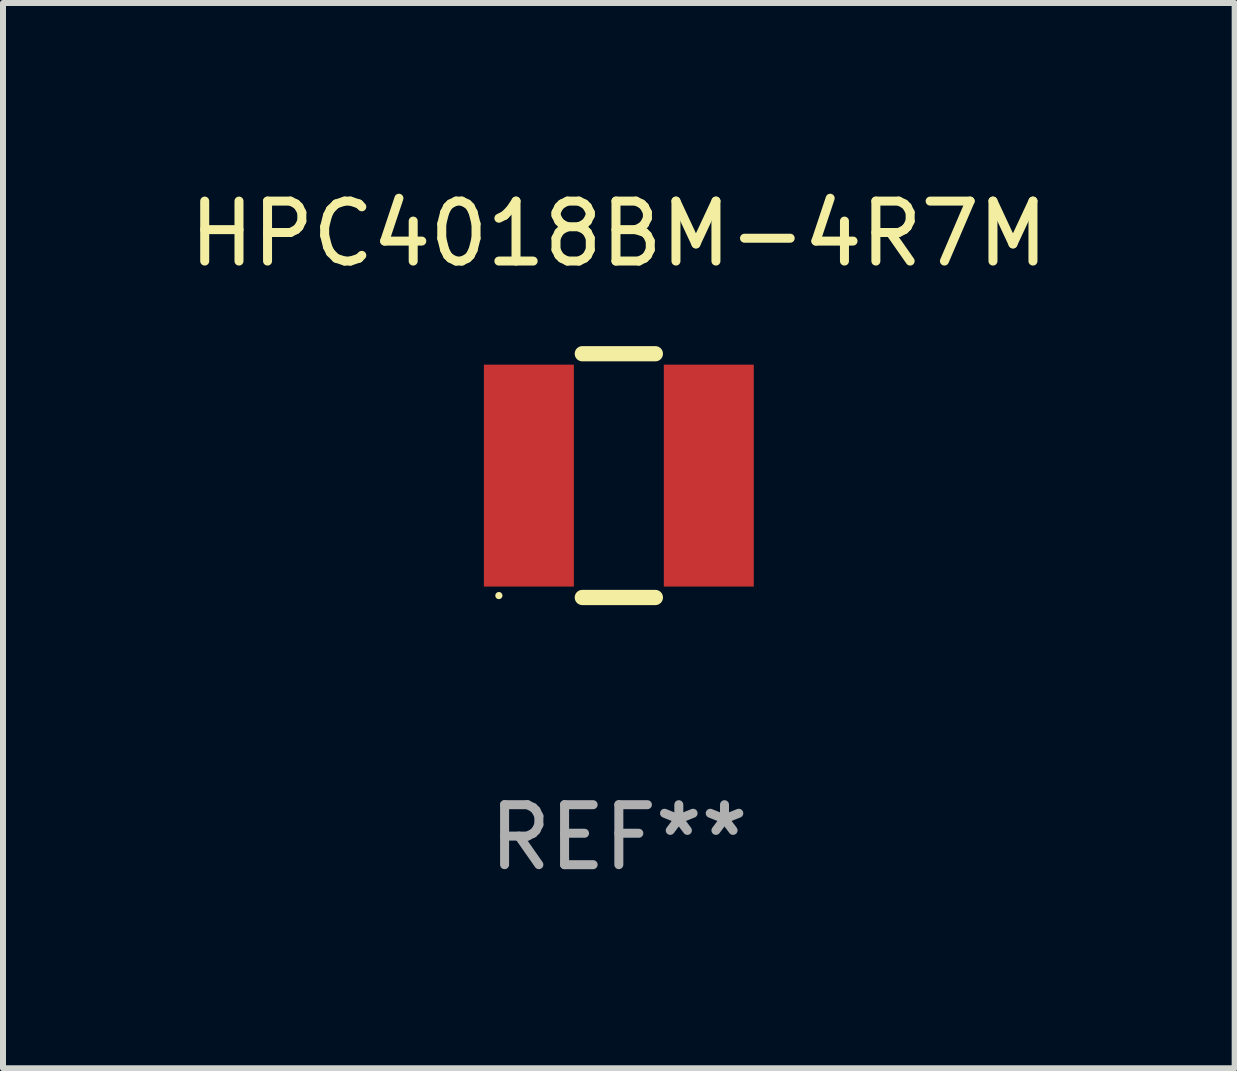
<source format=kicad_pcb>
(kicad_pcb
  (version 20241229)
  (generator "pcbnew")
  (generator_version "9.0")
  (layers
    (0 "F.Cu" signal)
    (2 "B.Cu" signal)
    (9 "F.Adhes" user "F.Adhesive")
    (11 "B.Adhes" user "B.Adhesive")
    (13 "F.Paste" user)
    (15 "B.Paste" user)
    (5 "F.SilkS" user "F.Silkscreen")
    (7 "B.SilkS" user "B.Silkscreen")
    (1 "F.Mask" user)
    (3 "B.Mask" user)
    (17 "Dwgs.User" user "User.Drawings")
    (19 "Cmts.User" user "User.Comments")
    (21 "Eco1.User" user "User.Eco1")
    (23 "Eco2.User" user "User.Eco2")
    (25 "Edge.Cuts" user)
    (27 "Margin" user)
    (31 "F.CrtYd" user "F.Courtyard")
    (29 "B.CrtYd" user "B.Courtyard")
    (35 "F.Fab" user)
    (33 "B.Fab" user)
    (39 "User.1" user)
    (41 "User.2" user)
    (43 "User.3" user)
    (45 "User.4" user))
  (footprint "HPC4018BM-4R7M"
    (layer "F.Cu")
    (at 7.268 4.88)
    (property "Reference" "HPC4018BM-4R7M" (at 0 -4.032 0) (layer "F.SilkS") (effects (font (size 1 1) (thickness 0.15))))
    (attr through_hole)
    (fp_line (start -0.609 -2.032) (end 0.609 -2.032) (stroke (width 0.254) (type solid)) (layer "F.SilkS"))
    (fp_line (start -0.609 2.032) (end 0.609 2.032) (stroke (width 0.254) (type solid)) (layer "F.SilkS"))
    (fp_circle (center -2 2) (end -1.97 2) (stroke (width 0.06) (type solid)) (fill no) (layer "F.SilkS"))
    (fp_text user "REF**" (at 0 6.032 0) (layer "F.Fab") (effects (font (size 1 1) (thickness 0.15))))
    (pad "1" smd rect (at -1.5 0 90) (size 3.7 1.5) (layers "F.Cu" "F.Mask" "F.Paste"))
    (pad "2" smd rect (at 1.5 0 90) (size 3.7 1.5) (layers "F.Cu" "F.Mask" "F.Paste")))
  (gr_rect
    (start -3 -3)
    (end 17.536 14.761)
    (stroke (width 0.1) (type default))
    (fill no)
    (layer "Edge.Cuts")))
</source>
